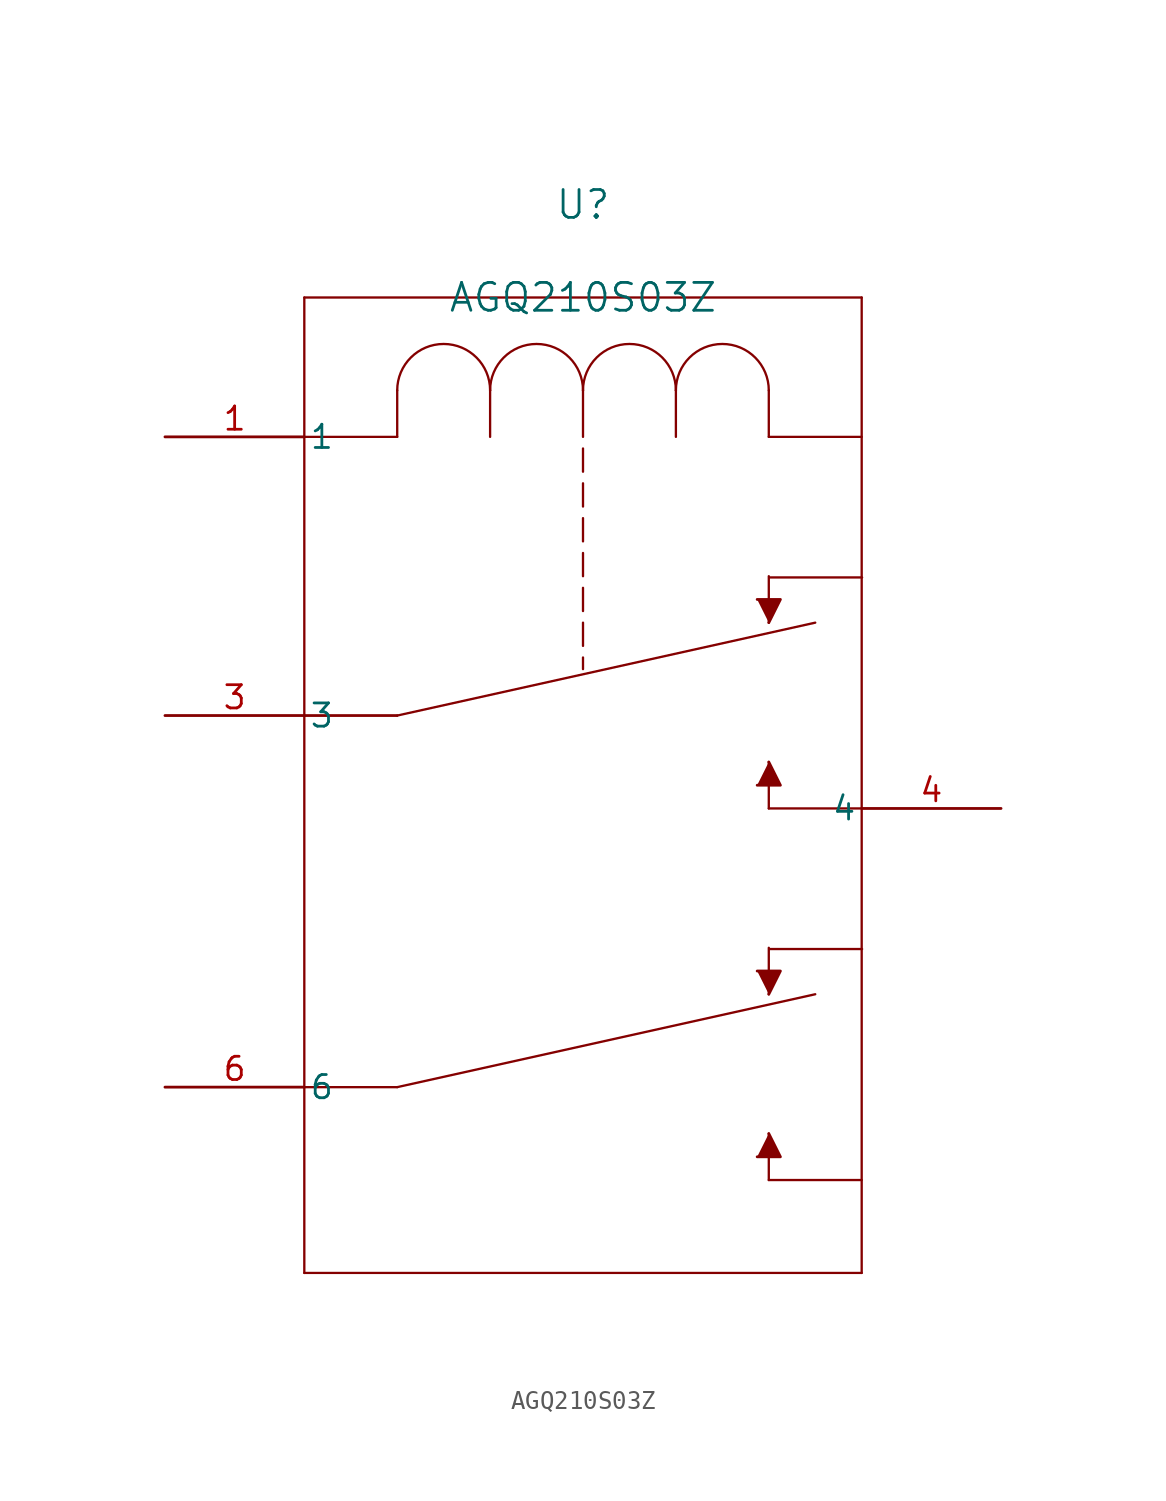
<source format=kicad_sym>
(kicad_symbol_lib
  (version 20220914)
  (generator kicad_symbol_editor)
  (symbol "AGQ210S03Z"
    (pin_names
      (offset 0.254))
    (property "Reference" "U"
      (at 22.86 12.7 0)
      (effects (font (size 1.524 1.524))))
    (property "Value" "AGQ210S03Z"
      (at 22.86 7.62 0)
      (effects (font (size 1.524 1.524))))
    (property "ki_locked" ""
      (at 0 0 0)
      (effects (font (size 1.27 1.27))))
    (symbol "AGQ210S03Z_0_1"
      (polyline (pts (xy 7.62 -45.72) (xy 38.1 -45.72)) (stroke (width 0.127) (type default)) (fill (type none)))
      (polyline (pts (xy 7.62 7.62) (xy 7.62 -45.72)) (stroke (width 0.127) (type default)) (fill (type none)))
      (polyline (pts (xy 12.7 -35.56) (xy 7.62 -35.56)) (stroke (width 0.127) (type default)) (fill (type none)))
      (polyline (pts (xy 12.7 -35.56) (xy 35.56 -30.48)) (stroke (width 0.127) (type default)) (fill (type none)))
      (polyline (pts (xy 12.7 -15.24) (xy 7.62 -15.24)) (stroke (width 0.127) (type default)) (fill (type none)))
      (polyline (pts (xy 12.7 -15.24) (xy 7.62 -15.24)) (stroke (width 0.127) (type default)) (fill (type none)))
      (polyline (pts (xy 12.7 -15.24) (xy 35.56 -10.16)) (stroke (width 0.127) (type default)) (fill (type none)))
      (polyline (pts (xy 12.7 0) (xy 7.62 0)) (stroke (width 0.127) (type default)) (fill (type none)))
      (polyline (pts (xy 12.7 2.54) (xy 12.7 0)) (stroke (width 0.127) (type default)) (fill (type none)))
      (polyline (pts (xy 17.78 2.54) (xy 17.78 0)) (stroke (width 0.127) (type default)) (fill (type none)))
      (polyline (pts (xy 22.86 -12.065) (xy 22.86 -12.7)) (stroke (width 0.127) (type default)) (fill (type none)))
      (polyline (pts (xy 22.86 -10.16) (xy 22.86 -11.43)) (stroke (width 0.127) (type default)) (fill (type none)))
      (polyline (pts (xy 22.86 -8.255) (xy 22.86 -9.525)) (stroke (width 0.127) (type default)) (fill (type none)))
      (polyline (pts (xy 22.86 -6.35) (xy 22.86 -7.62)) (stroke (width 0.127) (type default)) (fill (type none)))
      (polyline (pts (xy 22.86 -4.445) (xy 22.86 -5.715)) (stroke (width 0.127) (type default)) (fill (type none)))
      (polyline (pts (xy 22.86 -2.54) (xy 22.86 -3.81)) (stroke (width 0.127) (type default)) (fill (type none)))
      (polyline (pts (xy 22.86 -1.905) (xy 22.86 -0.635)) (stroke (width 0.127) (type default)) (fill (type none)))
      (polyline (pts (xy 22.86 2.54) (xy 22.86 0)) (stroke (width 0.127) (type default)) (fill (type none)))
      (polyline (pts (xy 27.94 2.54) (xy 27.94 0)) (stroke (width 0.127) (type default)) (fill (type none)))
      (polyline (pts (xy 33.02 -40.64) (xy 33.02 -38.1)) (stroke (width 0.127) (type default)) (fill (type none)))
      (polyline (pts (xy 33.02 -30.48) (xy 33.02 -27.94)) (stroke (width 0.127) (type default)) (fill (type none)))
      (polyline (pts (xy 33.02 -20.32) (xy 33.02 -17.78)) (stroke (width 0.127) (type default)) (fill (type none)))
      (polyline (pts (xy 33.02 -10.16) (xy 33.02 -7.62)) (stroke (width 0.127) (type default)) (fill (type none)))
      (polyline (pts (xy 33.02 0) (xy 38.1 0)) (stroke (width 0.127) (type default)) (fill (type none)))
      (polyline (pts (xy 33.02 2.54) (xy 33.02 0)) (stroke (width 0.127) (type default)) (fill (type none)))
      (polyline (pts (xy 33.042 -28.008) (xy 38.122 -28.008)) (stroke (width 0.127) (type default)) (fill (type none)))
      (polyline (pts (xy 33.042 -7.688) (xy 38.122 -7.688)) (stroke (width 0.127) (type default)) (fill (type none)))
      (polyline (pts (xy 38.1 -40.64) (xy 33.02 -40.64)) (stroke (width 0.127) (type default)) (fill (type none)))
      (polyline (pts (xy 38.1 -20.32) (xy 33.02 -20.32)) (stroke (width 0.127) (type default)) (fill (type none)))
      (polyline (pts (xy 38.1 7.62) (xy 7.62 7.62)) (stroke (width 0.127) (type default)) (fill (type none)))
      (polyline (pts (xy 38.1 7.62) (xy 38.1 -45.72)) (stroke (width 0.127) (type default)) (fill (type none)))
      (polyline (pts (xy 32.385 -39.37) (xy 33.655 -39.37) (xy 33.02 -38.1)) (stroke (width 0) (type default)) (fill (type outline)))
      (polyline (pts (xy 32.385 -29.21) (xy 33.655 -29.21) (xy 33.02 -30.48)) (stroke (width 0) (type default)) (fill (type outline)))
      (polyline (pts (xy 32.385 -19.05) (xy 33.655 -19.05) (xy 33.02 -17.78)) (stroke (width 0) (type default)) (fill (type outline)))
      (polyline (pts (xy 32.385 -8.89) (xy 33.655 -8.89) (xy 33.02 -10.16)) (stroke (width 0) (type default)) (fill (type outline)))
      (arc (start 17.78 2.54) (mid 15.24 5.069) (end 12.7 2.54) (stroke (width 0.127) (type default)) (fill (type none)))
      (arc (start 22.86 2.54) (mid 20.32 5.069) (end 17.78 2.54) (stroke (width 0.127) (type default)) (fill (type none)))
      (arc (start 27.94 2.54) (mid 25.4 5.069) (end 22.86 2.54) (stroke (width 0.127) (type default)) (fill (type none)))
      (arc (start 33.02 2.54) (mid 30.48 5.069) (end 27.94 2.54) (stroke (width 0.127) (type default)) (fill (type none)))
      (pin unspecified line (at 0 0 0) (length 7.62) (name "1" (effects (font (size 1.27 1.27)))) (number "1" (effects (font (size 1.27 1.27)))))
      (pin unspecified line (at 0 -15.24 0) (length 7.62) (name "3" (effects (font (size 1.27 1.27)))) (number "3" (effects (font (size 1.27 1.27)))))
      (pin unspecified line (at 45.72 -20.32 180) (length 7.62) (name "4" (effects (font (size 1.27 1.27)))) (number "4" (effects (font (size 1.27 1.27)))))
      (pin unspecified line (at 0 -35.56 0) (length 7.62) (name "6" (effects (font (size 1.27 1.27)))) (number "6" (effects (font (size 1.27 1.27))))))))
</source>
